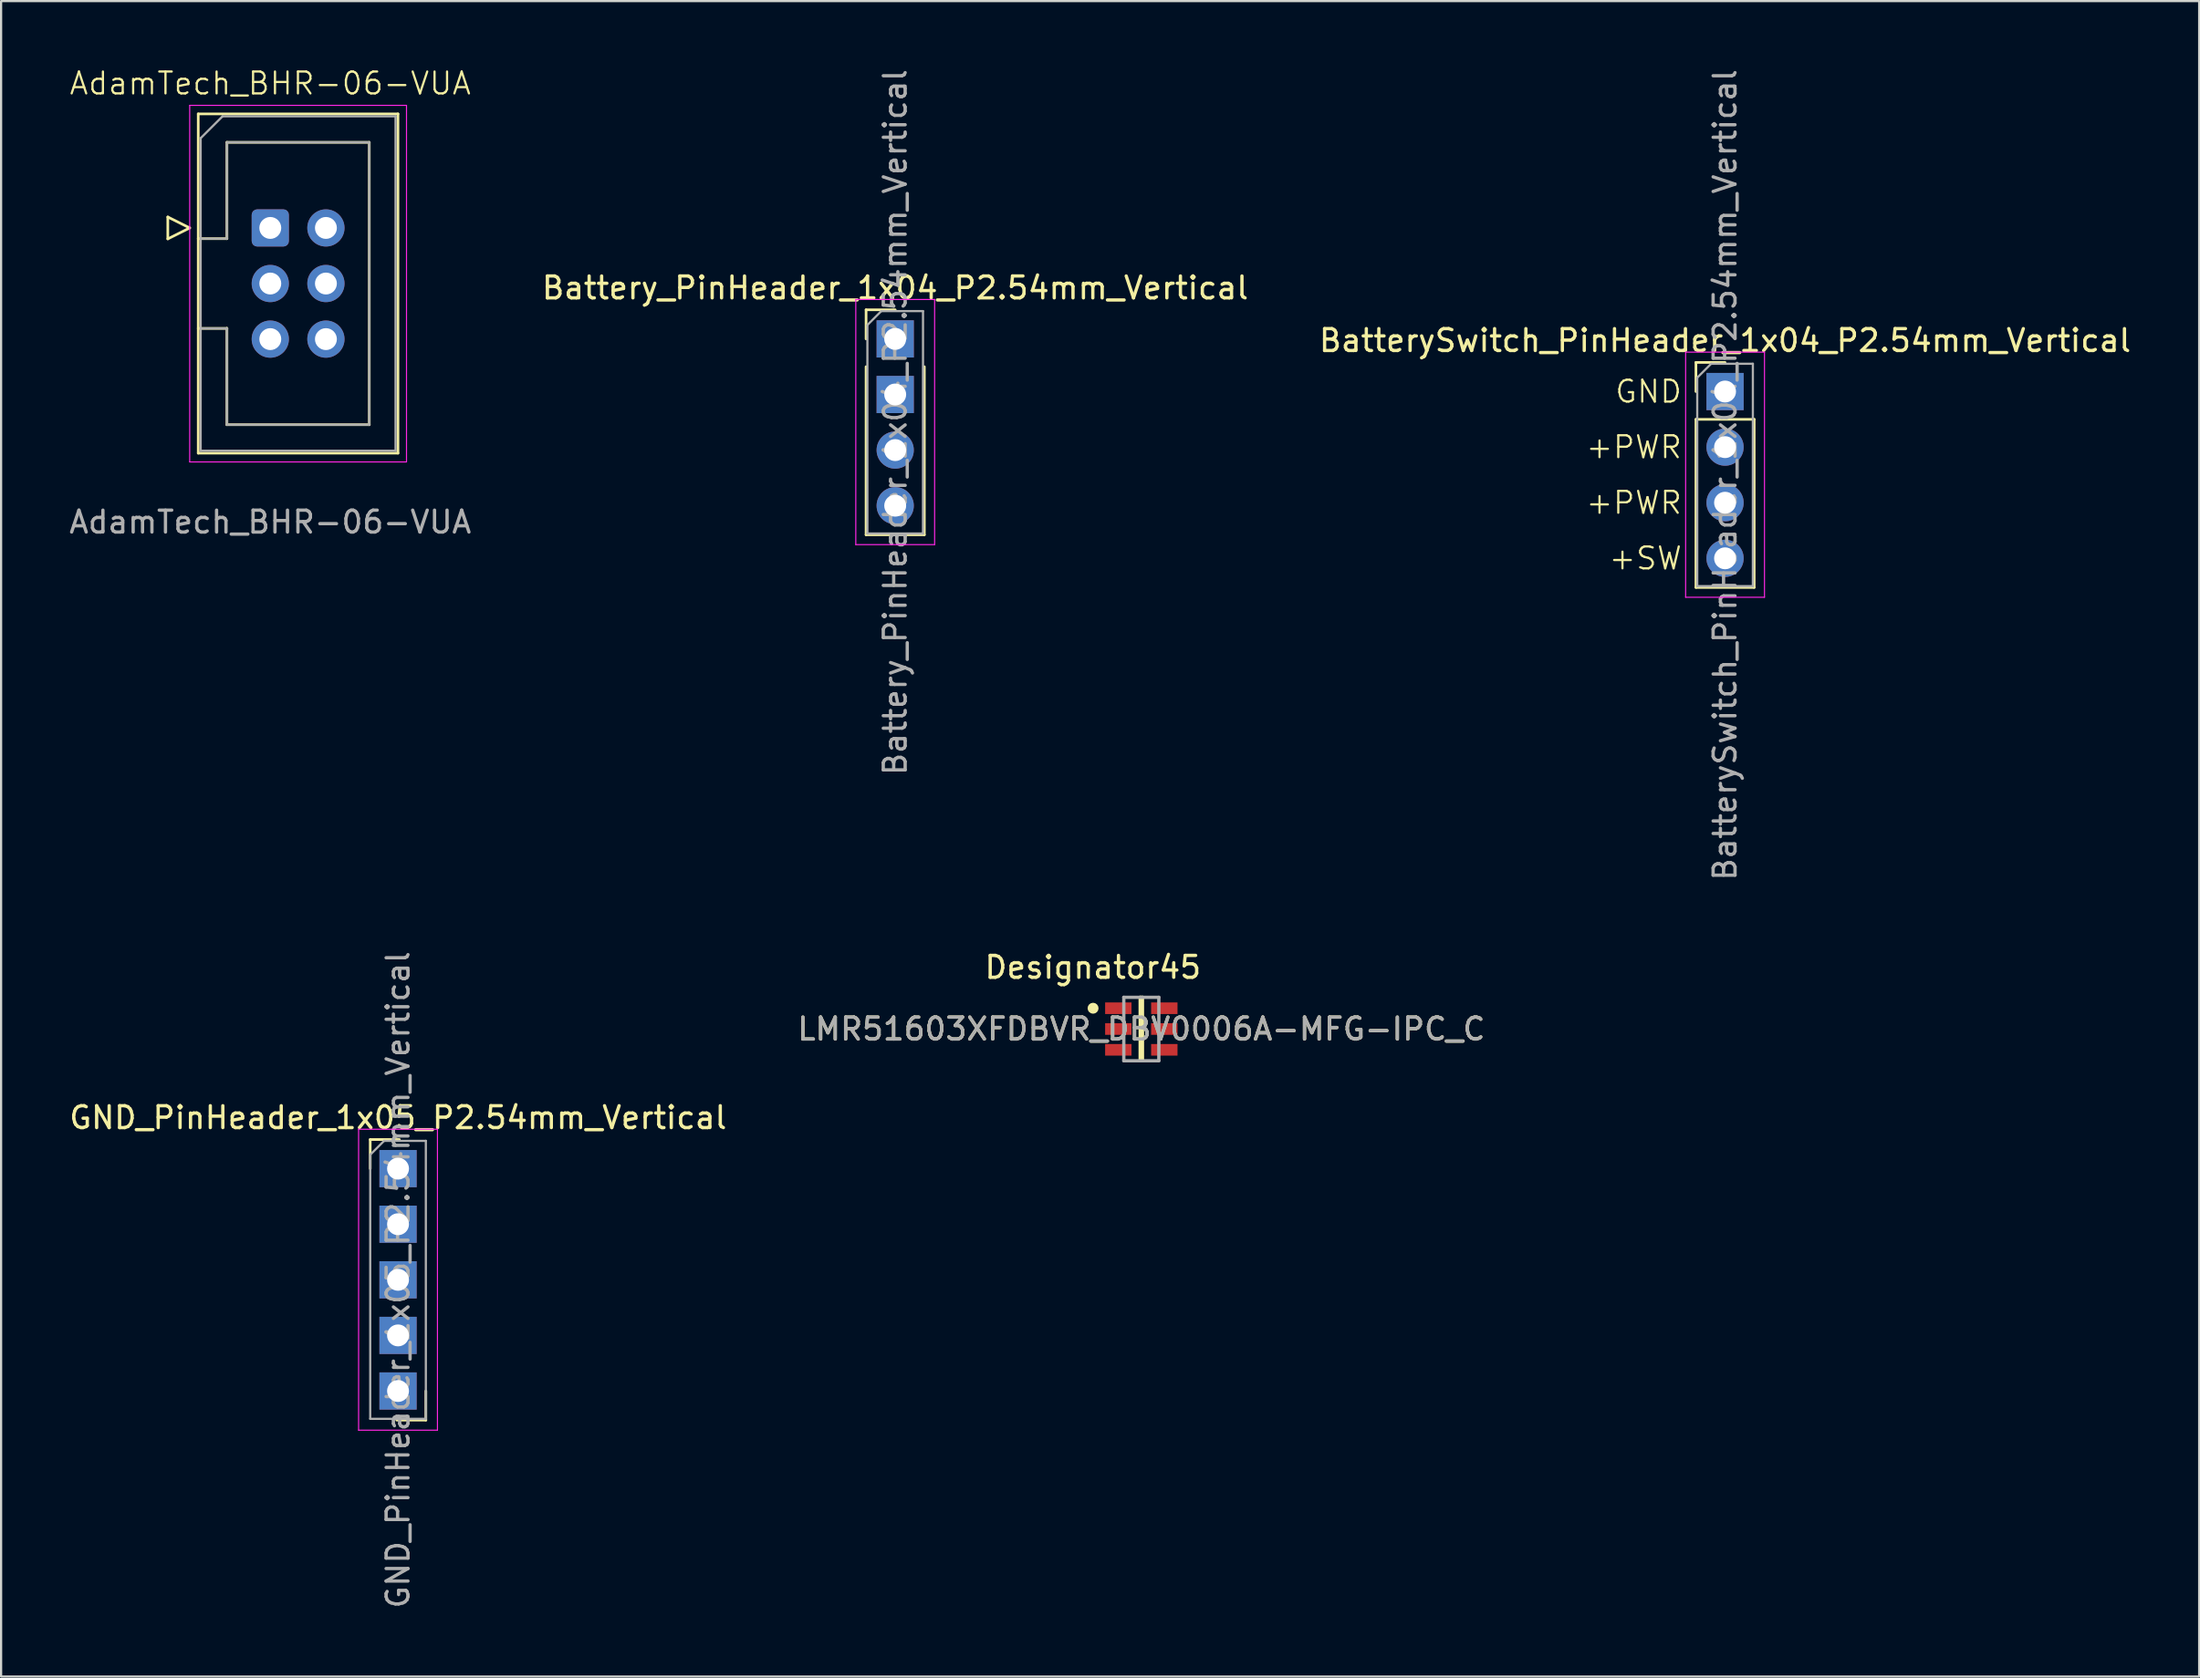
<source format=kicad_pcb>
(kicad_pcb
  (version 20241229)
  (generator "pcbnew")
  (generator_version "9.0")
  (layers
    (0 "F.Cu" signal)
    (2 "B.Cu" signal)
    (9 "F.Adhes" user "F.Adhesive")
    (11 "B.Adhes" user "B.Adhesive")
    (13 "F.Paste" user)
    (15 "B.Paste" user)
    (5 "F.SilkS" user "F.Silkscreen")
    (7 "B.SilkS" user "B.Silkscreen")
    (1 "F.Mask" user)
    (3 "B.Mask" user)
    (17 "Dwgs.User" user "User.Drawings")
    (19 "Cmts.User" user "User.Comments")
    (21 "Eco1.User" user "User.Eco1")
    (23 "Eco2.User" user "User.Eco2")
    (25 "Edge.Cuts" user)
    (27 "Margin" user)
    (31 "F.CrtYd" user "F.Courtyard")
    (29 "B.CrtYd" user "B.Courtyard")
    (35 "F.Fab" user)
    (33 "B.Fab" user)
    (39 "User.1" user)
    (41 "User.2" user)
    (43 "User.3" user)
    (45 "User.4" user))
  (footprint "Battery_PinHeader_1x04_P2.54mm_Vertical"
    (layer "F.Cu")
    (at 37.827 12.434)
    (property "Reference" "Battery_PinHeader_1x04_P2.54mm_Vertical" (at 0 -2.33 0) (layer "F.SilkS") (effects (font (size 1 1) (thickness 0.15))))
    (attr through_hole)
    (fp_line (start -1.33 -1.33) (end 0 -1.33) (stroke (width 0.12) (type solid)) (layer "F.SilkS"))
    (fp_line (start -1.33 0) (end -1.33 -1.33) (stroke (width 0.12) (type solid)) (layer "F.SilkS"))
    (fp_line (start -1.33 1.27) (end -1.33 8.95) (stroke (width 0.12) (type solid)) (layer "F.SilkS"))
    (fp_line (start -1.33 8.95) (end 1.33 8.95) (stroke (width 0.12) (type solid)) (layer "F.SilkS"))
    (fp_line (start 1.33 1.27) (end 1.33 8.95) (stroke (width 0.12) (type solid)) (layer "F.SilkS"))
    (fp_line (start -1.8 -1.8) (end -1.8 9.4) (stroke (width 0.05) (type solid)) (layer "F.CrtYd"))
    (fp_line (start -1.8 9.4) (end 1.8 9.4) (stroke (width 0.05) (type solid)) (layer "F.CrtYd"))
    (fp_line (start 1.8 -1.8) (end -1.8 -1.8) (stroke (width 0.05) (type solid)) (layer "F.CrtYd"))
    (fp_line (start 1.8 9.4) (end 1.8 -1.8) (stroke (width 0.05) (type solid)) (layer "F.CrtYd"))
    (fp_line (start -1.27 -0.635) (end -0.635 -1.27) (stroke (width 0.1) (type solid)) (layer "F.Fab"))
    (fp_line (start -1.27 8.89) (end -1.27 -0.635) (stroke (width 0.1) (type solid)) (layer "F.Fab"))
    (fp_line (start -0.635 -1.27) (end 1.27 -1.27) (stroke (width 0.1) (type solid)) (layer "F.Fab"))
    (fp_line (start 1.27 -1.27) (end 1.27 8.89) (stroke (width 0.1) (type solid)) (layer "F.Fab"))
    (fp_line (start 1.27 8.89) (end -1.27 8.89) (stroke (width 0.1) (type solid)) (layer "F.Fab"))
    (fp_text user "${REFERENCE}" (at 0 3.81 90) (layer "F.Fab") (effects (font (size 1 1) (thickness 0.15))))
    (pad "1" thru_hole rect (at 0 0) (size 1.7 1.7) (drill 1) (layers "*.Cu" "*.Mask"))
    (pad "2" thru_hole rect (at 0 2.54) (size 1.7 1.7) (drill 1) (layers "*.Cu" "*.Mask"))
    (pad "3" thru_hole oval (at 0 5.08) (size 1.7 1.7) (drill 1) (layers "*.Cu" "*.Mask"))
    (pad "4" thru_hole oval (at 0 7.62) (size 1.7 1.7) (drill 1) (layers "*.Cu" "*.Mask")))
  (footprint "LMR51603XFDBVR_DBV0006A-MFG-IPC_C"
    (layer "F.Cu")
    (at 49.065 43.965)
    (property "Reference" "LMR51603XFDBVR_DBV0006A-MFG-IPC_C" (at 0 0 0) (unlocked yes) (layer "F.SilkS") (effects (font (size 1 1) (thickness 0.15))))
    (attr smd)
    (fp_line (start -0.052 -1.45) (end 0.052 -1.45) (stroke (width 0.15) (type solid)) (layer "F.SilkS"))
    (fp_line (start -0.052 1.45) (end -0.052 -1.45) (stroke (width 0.15) (type solid)) (layer "F.SilkS"))
    (fp_line (start -0.052 1.45) (end 0.052 1.45) (stroke (width 0.15) (type solid)) (layer "F.SilkS"))
    (fp_line (start 0.052 1.45) (end 0.052 -1.45) (stroke (width 0.15) (type solid)) (layer "F.SilkS"))
    (fp_circle (center -2.203 -0.95) (end -2.078 -0.95) (stroke (width 0.25) (type solid)) (fill no) (layer "F.SilkS"))
    (fp_line (start -0.8 -1.45) (end 0.8 -1.45) (stroke (width 0.15) (type solid)) (layer "F.Fab"))
    (fp_line (start -0.8 1.45) (end -0.8 -1.45) (stroke (width 0.15) (type solid)) (layer "F.Fab"))
    (fp_line (start -0.8 1.45) (end 0.8 1.45) (stroke (width 0.15) (type solid)) (layer "F.Fab"))
    (fp_line (start 0.8 1.45) (end 0.8 -1.45) (stroke (width 0.15) (type solid)) (layer "F.Fab"))
    (fp_text user "Designator45" (at -2.21 -2.819 0) (unlocked yes) (layer "F.SilkS") (effects (font (size 1 1) (thickness 0.15))))
    (fp_text user "${REFERENCE}" (at 0 0 0) (unlocked yes) (layer "F.Fab") (effects (font (size 1 1) (thickness 0.15))))
    (pad "1" smd rect (at -1.05 -0.95) (size 1.205 0.53) (layers "F.Cu" "F.Mask" "F.Paste"))
    (pad "2" smd rect (at -1.05 0) (size 1.205 0.53) (layers "F.Cu" "F.Mask" "F.Paste"))
    (pad "3" smd rect (at -1.05 0.95) (size 1.205 0.53) (layers "F.Cu" "F.Mask" "F.Paste"))
    (pad "4" smd rect (at 1.05 0.95) (size 1.205 0.53) (layers "F.Cu" "F.Mask" "F.Paste"))
    (pad "5" smd rect (at 1.05 0) (size 1.205 0.53) (layers "F.Cu" "F.Mask" "F.Paste"))
    (pad "6" smd rect (at 1.05 -0.95) (size 1.205 0.53) (layers "F.Cu" "F.Mask" "F.Paste")))
  (footprint "BatterySwitch_PinHeader_1x04_P2.54mm_Vertical"
    (layer "F.Cu")
    (at 75.72 14.839)
    (property "Reference" "BatterySwitch_PinHeader_1x04_P2.54mm_Vertical" (at 0 -2.33 0) (layer "F.SilkS") (effects (font (size 1 1) (thickness 0.15))))
    (attr through_hole)
    (fp_line (start -1.33 -1.33) (end 0 -1.33) (stroke (width 0.12) (type solid)) (layer "F.SilkS"))
    (fp_line (start -1.33 0) (end -1.33 -1.33) (stroke (width 0.12) (type solid)) (layer "F.SilkS"))
    (fp_line (start -1.33 1.27) (end -1.33 8.95) (stroke (width 0.12) (type solid)) (layer "F.SilkS"))
    (fp_line (start -1.33 1.27) (end 1.33 1.27) (stroke (width 0.12) (type solid)) (layer "F.SilkS"))
    (fp_line (start -1.33 8.95) (end 1.33 8.95) (stroke (width 0.12) (type solid)) (layer "F.SilkS"))
    (fp_line (start 1.33 1.27) (end 1.33 8.95) (stroke (width 0.12) (type solid)) (layer "F.SilkS"))
    (fp_line (start -1.8 -1.8) (end -1.8 9.4) (stroke (width 0.05) (type solid)) (layer "F.CrtYd"))
    (fp_line (start -1.8 9.4) (end 1.8 9.4) (stroke (width 0.05) (type solid)) (layer "F.CrtYd"))
    (fp_line (start 1.8 -1.8) (end -1.8 -1.8) (stroke (width 0.05) (type solid)) (layer "F.CrtYd"))
    (fp_line (start 1.8 9.4) (end 1.8 -1.8) (stroke (width 0.05) (type solid)) (layer "F.CrtYd"))
    (fp_line (start -1.27 -0.635) (end -0.635 -1.27) (stroke (width 0.1) (type solid)) (layer "F.Fab"))
    (fp_line (start -1.27 8.89) (end -1.27 -0.635) (stroke (width 0.1) (type solid)) (layer "F.Fab"))
    (fp_line (start -0.635 -1.27) (end 1.27 -1.27) (stroke (width 0.1) (type solid)) (layer "F.Fab"))
    (fp_line (start 1.27 -1.27) (end 1.27 8.89) (stroke (width 0.1) (type solid)) (layer "F.Fab"))
    (fp_line (start 1.27 8.89) (end -1.27 8.89) (stroke (width 0.1) (type solid)) (layer "F.Fab"))
    (fp_text user "+PWR" (at -1.905 2.54 0) (unlocked yes) (layer "F.SilkS") (effects (font (size 1 1) (thickness 0.1)) (justify right)))
    (fp_text user "GND" (at -1.905 0 0) (unlocked yes) (layer "F.SilkS") (effects (font (size 1 1) (thickness 0.1)) (justify right)))
    (fp_text user "+PWR" (at -1.905 5.08 0) (unlocked yes) (layer "F.SilkS") (effects (font (size 1 1) (thickness 0.1)) (justify right)))
    (fp_text user "+SW" (at -1.905 7.62 0) (unlocked yes) (layer "F.SilkS") (effects (font (size 1 1) (thickness 0.1)) (justify right)))
    (fp_text user "${REFERENCE}" (at 0 3.81 90) (layer "F.Fab") (effects (font (size 1 1) (thickness 0.15))))
    (pad "1" thru_hole rect (at 0 0) (size 1.7 1.7) (drill 1) (layers "*.Cu" "*.Mask"))
    (pad "2" thru_hole oval (at 0 2.54) (size 1.7 1.7) (drill 1) (layers "*.Cu" "*.Mask"))
    (pad "3" thru_hole oval (at 0 5.08) (size 1.7 1.7) (drill 1) (layers "*.Cu" "*.Mask"))
    (pad "4" thru_hole oval (at 0 7.62) (size 1.7 1.7) (drill 1) (layers "*.Cu" "*.Mask")))
  (footprint "GND_PinHeader_1x05_P2.54mm_Vertical"
    (layer "F.Cu")
    (at 15.125 50.343)
    (property "Reference" "GND_PinHeader_1x05_P2.54mm_Vertical" (at 0 -2.33 0) (layer "F.SilkS") (effects (font (size 1 1) (thickness 0.15))))
    (attr through_hole)
    (fp_line (start -1.27 -1.33) (end 0.06 -1.33) (stroke (width 0.12) (type solid)) (layer "F.SilkS"))
    (fp_line (start -1.27 0) (end -1.27 -1.33) (stroke (width 0.12) (type solid)) (layer "F.SilkS"))
    (fp_line (start 1.27 10.16) (end 1.27 11.49) (stroke (width 0.12) (type solid)) (layer "F.SilkS"))
    (fp_line (start 1.27 11.49) (end -0.06 11.49) (stroke (width 0.12) (type solid)) (layer "F.SilkS"))
    (fp_line (start -1.8 -1.8) (end -1.8 11.95) (stroke (width 0.05) (type solid)) (layer "F.CrtYd"))
    (fp_line (start -1.8 11.95) (end 1.8 11.95) (stroke (width 0.05) (type solid)) (layer "F.CrtYd"))
    (fp_line (start 1.8 -1.8) (end -1.8 -1.8) (stroke (width 0.05) (type solid)) (layer "F.CrtYd"))
    (fp_line (start 1.8 11.95) (end 1.8 -1.8) (stroke (width 0.05) (type solid)) (layer "F.CrtYd"))
    (fp_line (start -1.27 -0.635) (end -0.635 -1.27) (stroke (width 0.1) (type solid)) (layer "F.Fab"))
    (fp_line (start -1.27 11.43) (end -1.27 -0.635) (stroke (width 0.1) (type solid)) (layer "F.Fab"))
    (fp_line (start -0.635 -1.27) (end 1.27 -1.27) (stroke (width 0.1) (type solid)) (layer "F.Fab"))
    (fp_line (start 1.27 -1.27) (end 1.27 11.43) (stroke (width 0.1) (type solid)) (layer "F.Fab"))
    (fp_line (start 1.27 11.43) (end -1.27 11.43) (stroke (width 0.1) (type solid)) (layer "F.Fab"))
    (fp_text user "${REFERENCE}" (at 0 5.08 90) (layer "F.Fab") (effects (font (size 1 1) (thickness 0.15))))
    (pad "1" thru_hole rect (at 0 0) (size 1.7 1.7) (drill 1) (layers "*.Cu" "*.Mask"))
    (pad "2" thru_hole rect (at 0 2.54) (size 1.7 1.7) (drill 1) (layers "*.Cu" "*.Mask"))
    (pad "3" thru_hole rect (at 0 5.08) (size 1.7 1.7) (drill 1) (layers "*.Cu" "*.Mask"))
    (pad "4" thru_hole rect (at 0 7.62) (size 1.7 1.7) (drill 1) (layers "*.Cu" "*.Mask"))
    (pad "5" thru_hole rect (at 0 10.16) (size 1.7 1.7) (drill 1) (layers "*.Cu" "*.Mask")))
  (footprint "AdamTech_BHR-06-VUA"
    (layer "F.Cu")
    (at 9.292 7.364)
    (property "Reference" "AdamTech_BHR-06-VUA" (at 0 -6.604 0) (unlocked yes) (layer "F.SilkS") (effects (font (size 1 1) (thickness 0.1))))
    (attr through_hole)
    (fp_line (start -4.68 -0.5) (end -4.68 0.5) (stroke (width 0.12) (type solid)) (layer "F.SilkS"))
    (fp_line (start -4.68 0.5) (end -3.68 0) (stroke (width 0.12) (type solid)) (layer "F.SilkS"))
    (fp_line (start -3.68 0) (end -4.68 -0.5) (stroke (width 0.12) (type solid)) (layer "F.SilkS"))
    (fp_line (start -3.29 -5.21) (end 5.83 -5.21) (stroke (width 0.12) (type solid)) (layer "F.SilkS"))
    (fp_line (start -3.29 0.49) (end -1.98 0.49) (stroke (width 0.12) (type solid)) (layer "F.SilkS"))
    (fp_line (start -3.29 10.29) (end -3.29 -5.21) (stroke (width 0.12) (type solid)) (layer "F.SilkS"))
    (fp_line (start -1.98 -3.91) (end 4.52 -3.91) (stroke (width 0.12) (type solid)) (layer "F.SilkS"))
    (fp_line (start -1.98 0.49) (end -1.98 -3.91) (stroke (width 0.12) (type solid)) (layer "F.SilkS"))
    (fp_line (start -1.98 4.59) (end -3.29 4.59) (stroke (width 0.12) (type solid)) (layer "F.SilkS"))
    (fp_line (start -1.98 4.59) (end -1.98 4.59) (stroke (width 0.12) (type solid)) (layer "F.SilkS"))
    (fp_line (start -1.98 8.99) (end -1.98 4.59) (stroke (width 0.12) (type solid)) (layer "F.SilkS"))
    (fp_line (start 4.52 -3.91) (end 4.52 8.99) (stroke (width 0.12) (type solid)) (layer "F.SilkS"))
    (fp_line (start 4.52 8.99) (end -1.98 8.99) (stroke (width 0.12) (type solid)) (layer "F.SilkS"))
    (fp_line (start 5.83 -5.21) (end 5.83 10.29) (stroke (width 0.12) (type solid)) (layer "F.SilkS"))
    (fp_line (start 5.83 10.29) (end -3.29 10.29) (stroke (width 0.12) (type solid)) (layer "F.SilkS"))
    (fp_line (start -3.68 -5.6) (end -3.68 10.69) (stroke (width 0.05) (type solid)) (layer "F.CrtYd"))
    (fp_line (start -3.68 10.69) (end 6.22 10.69) (stroke (width 0.05) (type solid)) (layer "F.CrtYd"))
    (fp_line (start 6.22 -5.6) (end -3.68 -5.6) (stroke (width 0.05) (type solid)) (layer "F.CrtYd"))
    (fp_line (start 6.22 10.69) (end 6.22 -5.6) (stroke (width 0.05) (type solid)) (layer "F.CrtYd"))
    (fp_line (start -3.18 -4.1) (end -2.18 -5.1) (stroke (width 0.1) (type solid)) (layer "F.Fab"))
    (fp_line (start -3.18 0.49) (end -1.98 0.49) (stroke (width 0.1) (type solid)) (layer "F.Fab"))
    (fp_line (start -3.18 10.18) (end -3.18 -4.1) (stroke (width 0.1) (type solid)) (layer "F.Fab"))
    (fp_line (start -2.18 -5.1) (end 5.72 -5.1) (stroke (width 0.1) (type solid)) (layer "F.Fab"))
    (fp_line (start -1.98 -3.91) (end 4.52 -3.91) (stroke (width 0.1) (type solid)) (layer "F.Fab"))
    (fp_line (start -1.98 0.49) (end -1.98 -3.91) (stroke (width 0.1) (type solid)) (layer "F.Fab"))
    (fp_line (start -1.98 4.59) (end -3.18 4.59) (stroke (width 0.1) (type solid)) (layer "F.Fab"))
    (fp_line (start -1.98 4.59) (end -1.98 4.59) (stroke (width 0.1) (type solid)) (layer "F.Fab"))
    (fp_line (start -1.98 8.99) (end -1.98 4.59) (stroke (width 0.1) (type solid)) (layer "F.Fab"))
    (fp_line (start 4.52 -3.91) (end 4.52 8.99) (stroke (width 0.1) (type solid)) (layer "F.Fab"))
    (fp_line (start 4.52 8.99) (end -1.98 8.99) (stroke (width 0.1) (type solid)) (layer "F.Fab"))
    (fp_line (start 5.72 -5.1) (end 5.72 10.18) (stroke (width 0.1) (type solid)) (layer "F.Fab"))
    (fp_line (start 5.72 10.18) (end -3.18 10.18) (stroke (width 0.1) (type solid)) (layer "F.Fab"))
    (fp_text user "${REFERENCE}" (at 0 13.438 0) (unlocked yes) (layer "F.Fab") (effects (font (size 1 1) (thickness 0.15))))
    (pad "1" thru_hole roundrect (at 0 0) (size 1.7 1.7) (drill 1) (layers "*.Cu" "*.Mask") (roundrect_rratio 0.147))
    (pad "2" thru_hole circle (at 2.54 0) (size 1.7 1.7) (drill 1) (layers "*.Cu" "*.Mask"))
    (pad "3" thru_hole circle (at 0 2.54) (size 1.7 1.7) (drill 1) (layers "*.Cu" "*.Mask"))
    (pad "4" thru_hole circle (at 2.54 2.54) (size 1.7 1.7) (drill 1) (layers "*.Cu" "*.Mask"))
    (pad "5" thru_hole circle (at 0 5.08) (size 1.7 1.7) (drill 1) (layers "*.Cu" "*.Mask"))
    (pad "6" thru_hole circle (at 2.54 5.08) (size 1.7 1.7) (drill 1) (layers "*.Cu" "*.Mask")))
  (gr_rect
    (start -3 -3)
    (end 97.369 73.548)
    (stroke (width 0.1) (type default))
    (fill no)
    (layer "Edge.Cuts")))
</source>
